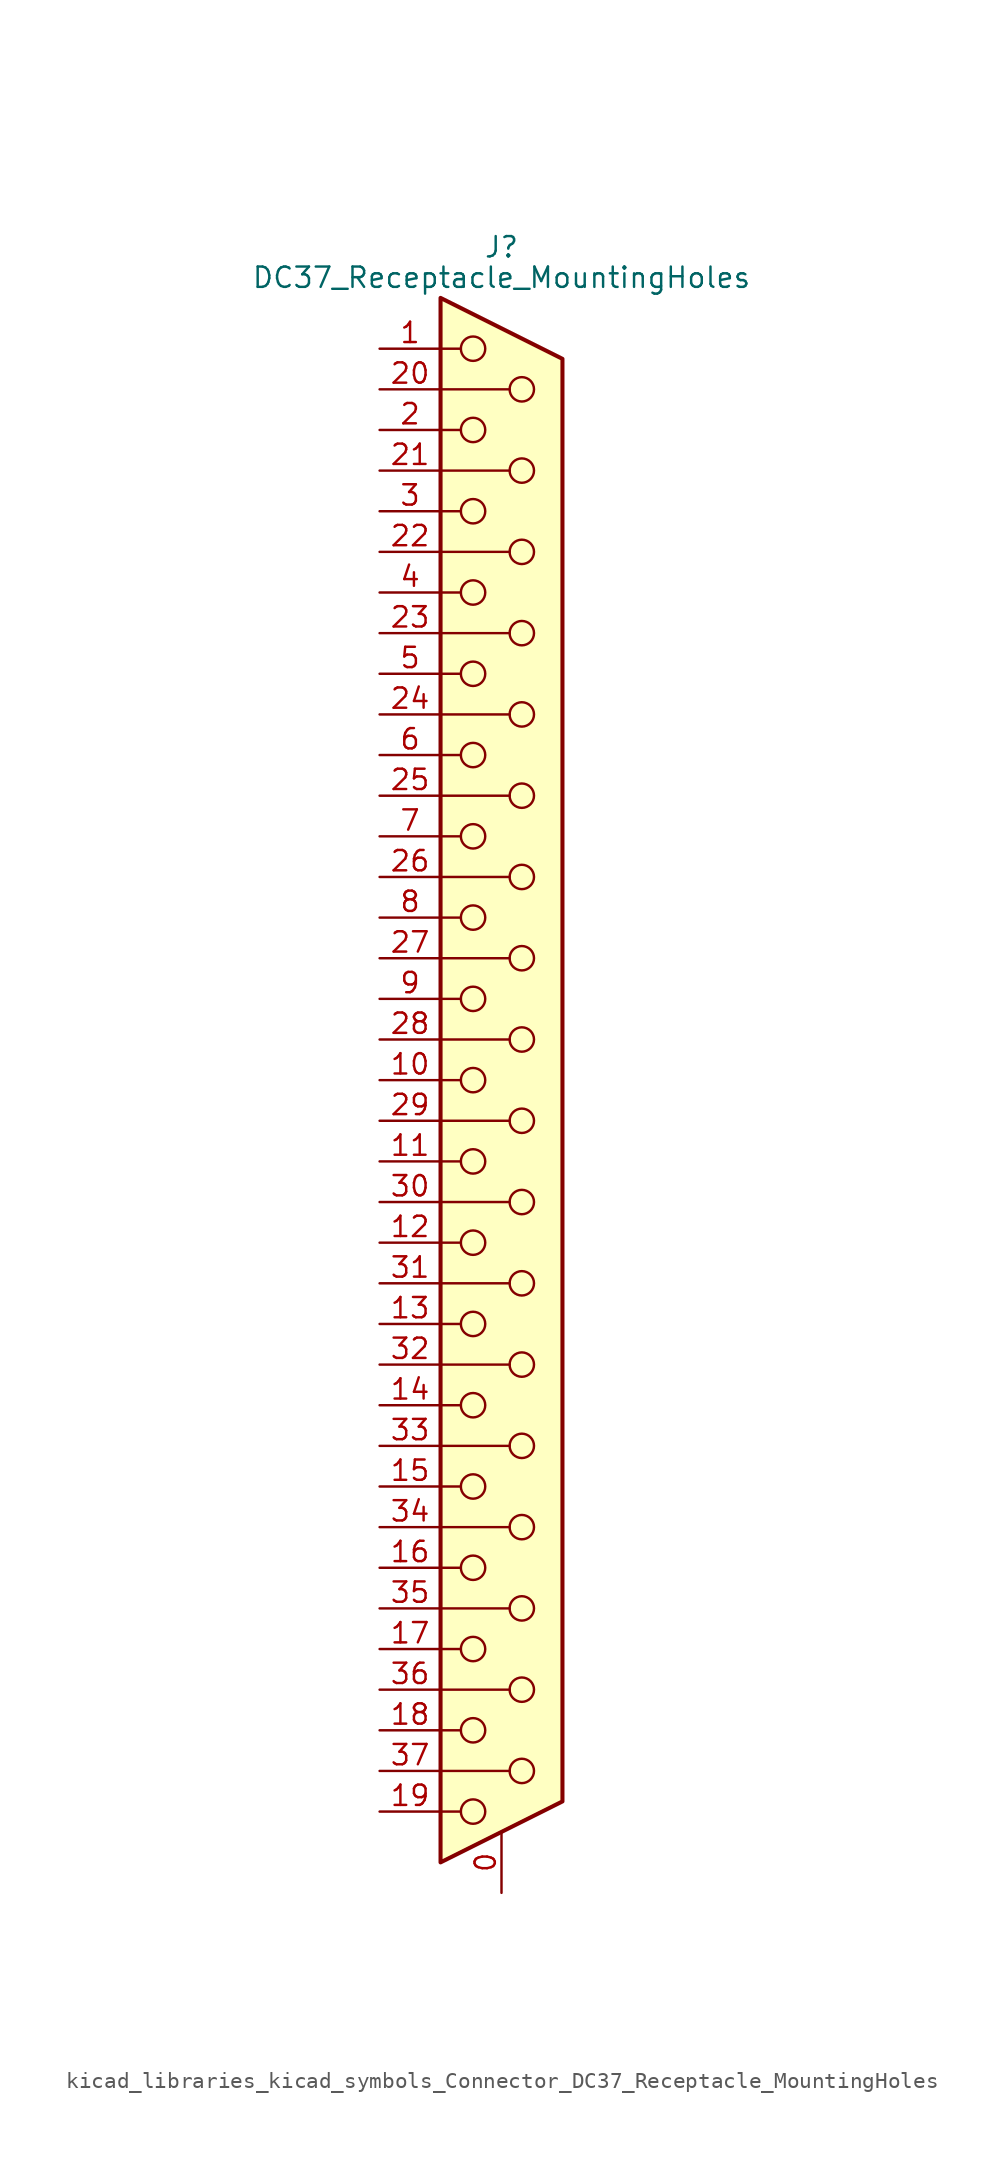
<source format=kicad_sym>
(kicad_symbol_lib
  (version 20220914)
  (generator kicad_symbol_editor)
  (symbol "kicad_libraries_kicad_symbols_Connector_DC37_Receptacle_MountingHoles"
    (pin_names
      (offset 1.016) hide)
    (property "Reference" "J"
      (at 0 52.07 0)
      (effects (font (size 1.27 1.27))))
    (property "Value" "DC37_Receptacle_MountingHoles"
      (at 0 50.165 0)
      (effects (font (size 1.27 1.27))))
    (symbol "kicad_libraries_kicad_symbols_Connector_DC37_Receptacle_MountingHoles_0_1"
      (circle (center -1.778 -45.72) (radius 0.762) (stroke (width 0) (type default)) (fill (type none)))
      (circle (center -1.778 -40.64) (radius 0.762) (stroke (width 0) (type default)) (fill (type none)))
      (circle (center -1.778 -35.56) (radius 0.762) (stroke (width 0) (type default)) (fill (type none)))
      (circle (center -1.778 -30.48) (radius 0.762) (stroke (width 0) (type default)) (fill (type none)))
      (circle (center -1.778 -25.4) (radius 0.762) (stroke (width 0) (type default)) (fill (type none)))
      (circle (center -1.778 -20.32) (radius 0.762) (stroke (width 0) (type default)) (fill (type none)))
      (circle (center -1.778 -15.24) (radius 0.762) (stroke (width 0) (type default)) (fill (type none)))
      (circle (center -1.778 -10.16) (radius 0.762) (stroke (width 0) (type default)) (fill (type none)))
      (circle (center -1.778 -5.08) (radius 0.762) (stroke (width 0) (type default)) (fill (type none)))
      (circle (center -1.778 0) (radius 0.762) (stroke (width 0) (type default)) (fill (type none)))
      (circle (center -1.778 5.08) (radius 0.762) (stroke (width 0) (type default)) (fill (type none)))
      (circle (center -1.778 10.16) (radius 0.762) (stroke (width 0) (type default)) (fill (type none)))
      (circle (center -1.778 15.24) (radius 0.762) (stroke (width 0) (type default)) (fill (type none)))
      (circle (center -1.778 20.32) (radius 0.762) (stroke (width 0) (type default)) (fill (type none)))
      (circle (center -1.778 25.4) (radius 0.762) (stroke (width 0) (type default)) (fill (type none)))
      (circle (center -1.778 30.48) (radius 0.762) (stroke (width 0) (type default)) (fill (type none)))
      (circle (center -1.778 35.56) (radius 0.762) (stroke (width 0) (type default)) (fill (type none)))
      (circle (center -1.778 40.64) (radius 0.762) (stroke (width 0) (type default)) (fill (type none)))
      (circle (center -1.778 45.72) (radius 0.762) (stroke (width 0) (type default)) (fill (type none)))
      (polyline (pts (xy -3.81 -45.72) (xy -2.54 -45.72)) (stroke (width 0) (type default)) (fill (type none)))
      (polyline (pts (xy -3.81 -43.18) (xy 0.508 -43.18)) (stroke (width 0) (type default)) (fill (type none)))
      (polyline (pts (xy -3.81 -40.64) (xy -2.54 -40.64)) (stroke (width 0) (type default)) (fill (type none)))
      (polyline (pts (xy -3.81 -38.1) (xy 0.508 -38.1)) (stroke (width 0) (type default)) (fill (type none)))
      (polyline (pts (xy -3.81 -35.56) (xy -2.54 -35.56)) (stroke (width 0) (type default)) (fill (type none)))
      (polyline (pts (xy -3.81 -33.02) (xy 0.508 -33.02)) (stroke (width 0) (type default)) (fill (type none)))
      (polyline (pts (xy -3.81 -30.48) (xy -2.54 -30.48)) (stroke (width 0) (type default)) (fill (type none)))
      (polyline (pts (xy -3.81 -27.94) (xy 0.508 -27.94)) (stroke (width 0) (type default)) (fill (type none)))
      (polyline (pts (xy -3.81 -25.4) (xy -2.54 -25.4)) (stroke (width 0) (type default)) (fill (type none)))
      (polyline (pts (xy -3.81 -22.86) (xy 0.508 -22.86)) (stroke (width 0) (type default)) (fill (type none)))
      (polyline (pts (xy -3.81 -20.32) (xy -2.54 -20.32)) (stroke (width 0) (type default)) (fill (type none)))
      (polyline (pts (xy -3.81 -17.78) (xy 0.508 -17.78)) (stroke (width 0) (type default)) (fill (type none)))
      (polyline (pts (xy -3.81 -15.24) (xy -2.54 -15.24)) (stroke (width 0) (type default)) (fill (type none)))
      (polyline (pts (xy -3.81 -12.7) (xy 0.508 -12.7)) (stroke (width 0) (type default)) (fill (type none)))
      (polyline (pts (xy -3.81 -10.16) (xy -2.54 -10.16)) (stroke (width 0) (type default)) (fill (type none)))
      (polyline (pts (xy -3.81 -7.62) (xy 0.508 -7.62)) (stroke (width 0) (type default)) (fill (type none)))
      (polyline (pts (xy -3.81 -5.08) (xy -2.54 -5.08)) (stroke (width 0) (type default)) (fill (type none)))
      (polyline (pts (xy -3.81 -2.54) (xy 0.508 -2.54)) (stroke (width 0) (type default)) (fill (type none)))
      (polyline (pts (xy -3.81 0) (xy -2.54 0)) (stroke (width 0) (type default)) (fill (type none)))
      (polyline (pts (xy -3.81 2.54) (xy 0.508 2.54)) (stroke (width 0) (type default)) (fill (type none)))
      (polyline (pts (xy -3.81 5.08) (xy -2.54 5.08)) (stroke (width 0) (type default)) (fill (type none)))
      (polyline (pts (xy -3.81 7.62) (xy 0.508 7.62)) (stroke (width 0) (type default)) (fill (type none)))
      (polyline (pts (xy -3.81 10.16) (xy -2.54 10.16)) (stroke (width 0) (type default)) (fill (type none)))
      (polyline (pts (xy -3.81 12.7) (xy 0.508 12.7)) (stroke (width 0) (type default)) (fill (type none)))
      (polyline (pts (xy -3.81 15.24) (xy -2.54 15.24)) (stroke (width 0) (type default)) (fill (type none)))
      (polyline (pts (xy -3.81 17.78) (xy 0.508 17.78)) (stroke (width 0) (type default)) (fill (type none)))
      (polyline (pts (xy -3.81 20.32) (xy -2.54 20.32)) (stroke (width 0) (type default)) (fill (type none)))
      (polyline (pts (xy -3.81 22.86) (xy 0.508 22.86)) (stroke (width 0) (type default)) (fill (type none)))
      (polyline (pts (xy -3.81 25.4) (xy -2.54 25.4)) (stroke (width 0) (type default)) (fill (type none)))
      (polyline (pts (xy -3.81 27.94) (xy 0.508 27.94)) (stroke (width 0) (type default)) (fill (type none)))
      (polyline (pts (xy -3.81 30.48) (xy -2.54 30.48)) (stroke (width 0) (type default)) (fill (type none)))
      (polyline (pts (xy -3.81 33.02) (xy 0.508 33.02)) (stroke (width 0) (type default)) (fill (type none)))
      (polyline (pts (xy -3.81 35.56) (xy -2.54 35.56)) (stroke (width 0) (type default)) (fill (type none)))
      (polyline (pts (xy -3.81 38.1) (xy 0.508 38.1)) (stroke (width 0) (type default)) (fill (type none)))
      (polyline (pts (xy -3.81 40.64) (xy -2.54 40.64)) (stroke (width 0) (type default)) (fill (type none)))
      (polyline (pts (xy -3.81 43.18) (xy 0.508 43.18)) (stroke (width 0) (type default)) (fill (type none)))
      (polyline (pts (xy -3.81 45.72) (xy -2.54 45.72)) (stroke (width 0) (type default)) (fill (type none)))
      (polyline (pts (xy -3.81 -48.895) (xy 3.81 -45.085) (xy 3.81 45.085) (xy -3.81 48.895) (xy -3.81 -48.895)) (stroke (width 0.254) (type default)) (fill (type background)))
      (circle (center 1.27 -43.18) (radius 0.762) (stroke (width 0) (type default)) (fill (type none)))
      (circle (center 1.27 -38.1) (radius 0.762) (stroke (width 0) (type default)) (fill (type none)))
      (circle (center 1.27 -33.02) (radius 0.762) (stroke (width 0) (type default)) (fill (type none)))
      (circle (center 1.27 -27.94) (radius 0.762) (stroke (width 0) (type default)) (fill (type none)))
      (circle (center 1.27 -22.86) (radius 0.762) (stroke (width 0) (type default)) (fill (type none)))
      (circle (center 1.27 -17.78) (radius 0.762) (stroke (width 0) (type default)) (fill (type none)))
      (circle (center 1.27 -12.7) (radius 0.762) (stroke (width 0) (type default)) (fill (type none)))
      (circle (center 1.27 -7.62) (radius 0.762) (stroke (width 0) (type default)) (fill (type none)))
      (circle (center 1.27 -2.54) (radius 0.762) (stroke (width 0) (type default)) (fill (type none)))
      (circle (center 1.27 2.54) (radius 0.762) (stroke (width 0) (type default)) (fill (type none)))
      (circle (center 1.27 7.62) (radius 0.762) (stroke (width 0) (type default)) (fill (type none)))
      (circle (center 1.27 12.7) (radius 0.762) (stroke (width 0) (type default)) (fill (type none)))
      (circle (center 1.27 17.78) (radius 0.762) (stroke (width 0) (type default)) (fill (type none)))
      (circle (center 1.27 22.86) (radius 0.762) (stroke (width 0) (type default)) (fill (type none)))
      (circle (center 1.27 27.94) (radius 0.762) (stroke (width 0) (type default)) (fill (type none)))
      (circle (center 1.27 33.02) (radius 0.762) (stroke (width 0) (type default)) (fill (type none)))
      (circle (center 1.27 38.1) (radius 0.762) (stroke (width 0) (type default)) (fill (type none)))
      (circle (center 1.27 43.18) (radius 0.762) (stroke (width 0) (type default)) (fill (type none))))
    (symbol "kicad_libraries_kicad_symbols_Connector_DC37_Receptacle_MountingHoles_1_1"
      (pin passive line (at 0 -50.8 90) (length 3.81) (name "PAD" (effects (font (size 1.27 1.27)))) (number "0" (effects (font (size 1.27 1.27)))))
      (pin passive line (at -7.62 45.72 0) (length 3.81) (name "1" (effects (font (size 1.27 1.27)))) (number "1" (effects (font (size 1.27 1.27)))))
      (pin passive line (at -7.62 0 0) (length 3.81) (name "10" (effects (font (size 1.27 1.27)))) (number "10" (effects (font (size 1.27 1.27)))))
      (pin passive line (at -7.62 -5.08 0) (length 3.81) (name "11" (effects (font (size 1.27 1.27)))) (number "11" (effects (font (size 1.27 1.27)))))
      (pin passive line (at -7.62 -10.16 0) (length 3.81) (name "12" (effects (font (size 1.27 1.27)))) (number "12" (effects (font (size 1.27 1.27)))))
      (pin passive line (at -7.62 -15.24 0) (length 3.81) (name "13" (effects (font (size 1.27 1.27)))) (number "13" (effects (font (size 1.27 1.27)))))
      (pin passive line (at -7.62 -20.32 0) (length 3.81) (name "14" (effects (font (size 1.27 1.27)))) (number "14" (effects (font (size 1.27 1.27)))))
      (pin passive line (at -7.62 -25.4 0) (length 3.81) (name "15" (effects (font (size 1.27 1.27)))) (number "15" (effects (font (size 1.27 1.27)))))
      (pin passive line (at -7.62 -30.48 0) (length 3.81) (name "16" (effects (font (size 1.27 1.27)))) (number "16" (effects (font (size 1.27 1.27)))))
      (pin passive line (at -7.62 -35.56 0) (length 3.81) (name "17" (effects (font (size 1.27 1.27)))) (number "17" (effects (font (size 1.27 1.27)))))
      (pin passive line (at -7.62 -40.64 0) (length 3.81) (name "18" (effects (font (size 1.27 1.27)))) (number "18" (effects (font (size 1.27 1.27)))))
      (pin passive line (at -7.62 -45.72 0) (length 3.81) (name "19" (effects (font (size 1.27 1.27)))) (number "19" (effects (font (size 1.27 1.27)))))
      (pin passive line (at -7.62 40.64 0) (length 3.81) (name "2" (effects (font (size 1.27 1.27)))) (number "2" (effects (font (size 1.27 1.27)))))
      (pin passive line (at -7.62 43.18 0) (length 3.81) (name "20" (effects (font (size 1.27 1.27)))) (number "20" (effects (font (size 1.27 1.27)))))
      (pin passive line (at -7.62 38.1 0) (length 3.81) (name "21" (effects (font (size 1.27 1.27)))) (number "21" (effects (font (size 1.27 1.27)))))
      (pin passive line (at -7.62 33.02 0) (length 3.81) (name "22" (effects (font (size 1.27 1.27)))) (number "22" (effects (font (size 1.27 1.27)))))
      (pin passive line (at -7.62 27.94 0) (length 3.81) (name "23" (effects (font (size 1.27 1.27)))) (number "23" (effects (font (size 1.27 1.27)))))
      (pin passive line (at -7.62 22.86 0) (length 3.81) (name "24" (effects (font (size 1.27 1.27)))) (number "24" (effects (font (size 1.27 1.27)))))
      (pin passive line (at -7.62 17.78 0) (length 3.81) (name "25" (effects (font (size 1.27 1.27)))) (number "25" (effects (font (size 1.27 1.27)))))
      (pin passive line (at -7.62 12.7 0) (length 3.81) (name "26" (effects (font (size 1.27 1.27)))) (number "26" (effects (font (size 1.27 1.27)))))
      (pin passive line (at -7.62 7.62 0) (length 3.81) (name "27" (effects (font (size 1.27 1.27)))) (number "27" (effects (font (size 1.27 1.27)))))
      (pin passive line (at -7.62 2.54 0) (length 3.81) (name "28" (effects (font (size 1.27 1.27)))) (number "28" (effects (font (size 1.27 1.27)))))
      (pin passive line (at -7.62 -2.54 0) (length 3.81) (name "29" (effects (font (size 1.27 1.27)))) (number "29" (effects (font (size 1.27 1.27)))))
      (pin passive line (at -7.62 35.56 0) (length 3.81) (name "3" (effects (font (size 1.27 1.27)))) (number "3" (effects (font (size 1.27 1.27)))))
      (pin passive line (at -7.62 -7.62 0) (length 3.81) (name "30" (effects (font (size 1.27 1.27)))) (number "30" (effects (font (size 1.27 1.27)))))
      (pin passive line (at -7.62 -12.7 0) (length 3.81) (name "31" (effects (font (size 1.27 1.27)))) (number "31" (effects (font (size 1.27 1.27)))))
      (pin passive line (at -7.62 -17.78 0) (length 3.81) (name "32" (effects (font (size 1.27 1.27)))) (number "32" (effects (font (size 1.27 1.27)))))
      (pin passive line (at -7.62 -22.86 0) (length 3.81) (name "33" (effects (font (size 1.27 1.27)))) (number "33" (effects (font (size 1.27 1.27)))))
      (pin passive line (at -7.62 -27.94 0) (length 3.81) (name "34" (effects (font (size 1.27 1.27)))) (number "34" (effects (font (size 1.27 1.27)))))
      (pin passive line (at -7.62 -33.02 0) (length 3.81) (name "35" (effects (font (size 1.27 1.27)))) (number "35" (effects (font (size 1.27 1.27)))))
      (pin passive line (at -7.62 -38.1 0) (length 3.81) (name "36" (effects (font (size 1.27 1.27)))) (number "36" (effects (font (size 1.27 1.27)))))
      (pin passive line (at -7.62 -43.18 0) (length 3.81) (name "37" (effects (font (size 1.27 1.27)))) (number "37" (effects (font (size 1.27 1.27)))))
      (pin passive line (at -7.62 30.48 0) (length 3.81) (name "4" (effects (font (size 1.27 1.27)))) (number "4" (effects (font (size 1.27 1.27)))))
      (pin passive line (at -7.62 25.4 0) (length 3.81) (name "5" (effects (font (size 1.27 1.27)))) (number "5" (effects (font (size 1.27 1.27)))))
      (pin passive line (at -7.62 20.32 0) (length 3.81) (name "6" (effects (font (size 1.27 1.27)))) (number "6" (effects (font (size 1.27 1.27)))))
      (pin passive line (at -7.62 15.24 0) (length 3.81) (name "7" (effects (font (size 1.27 1.27)))) (number "7" (effects (font (size 1.27 1.27)))))
      (pin passive line (at -7.62 10.16 0) (length 3.81) (name "8" (effects (font (size 1.27 1.27)))) (number "8" (effects (font (size 1.27 1.27)))))
      (pin passive line (at -7.62 5.08 0) (length 3.81) (name "9" (effects (font (size 1.27 1.27)))) (number "9" (effects (font (size 1.27 1.27))))))))
</source>
